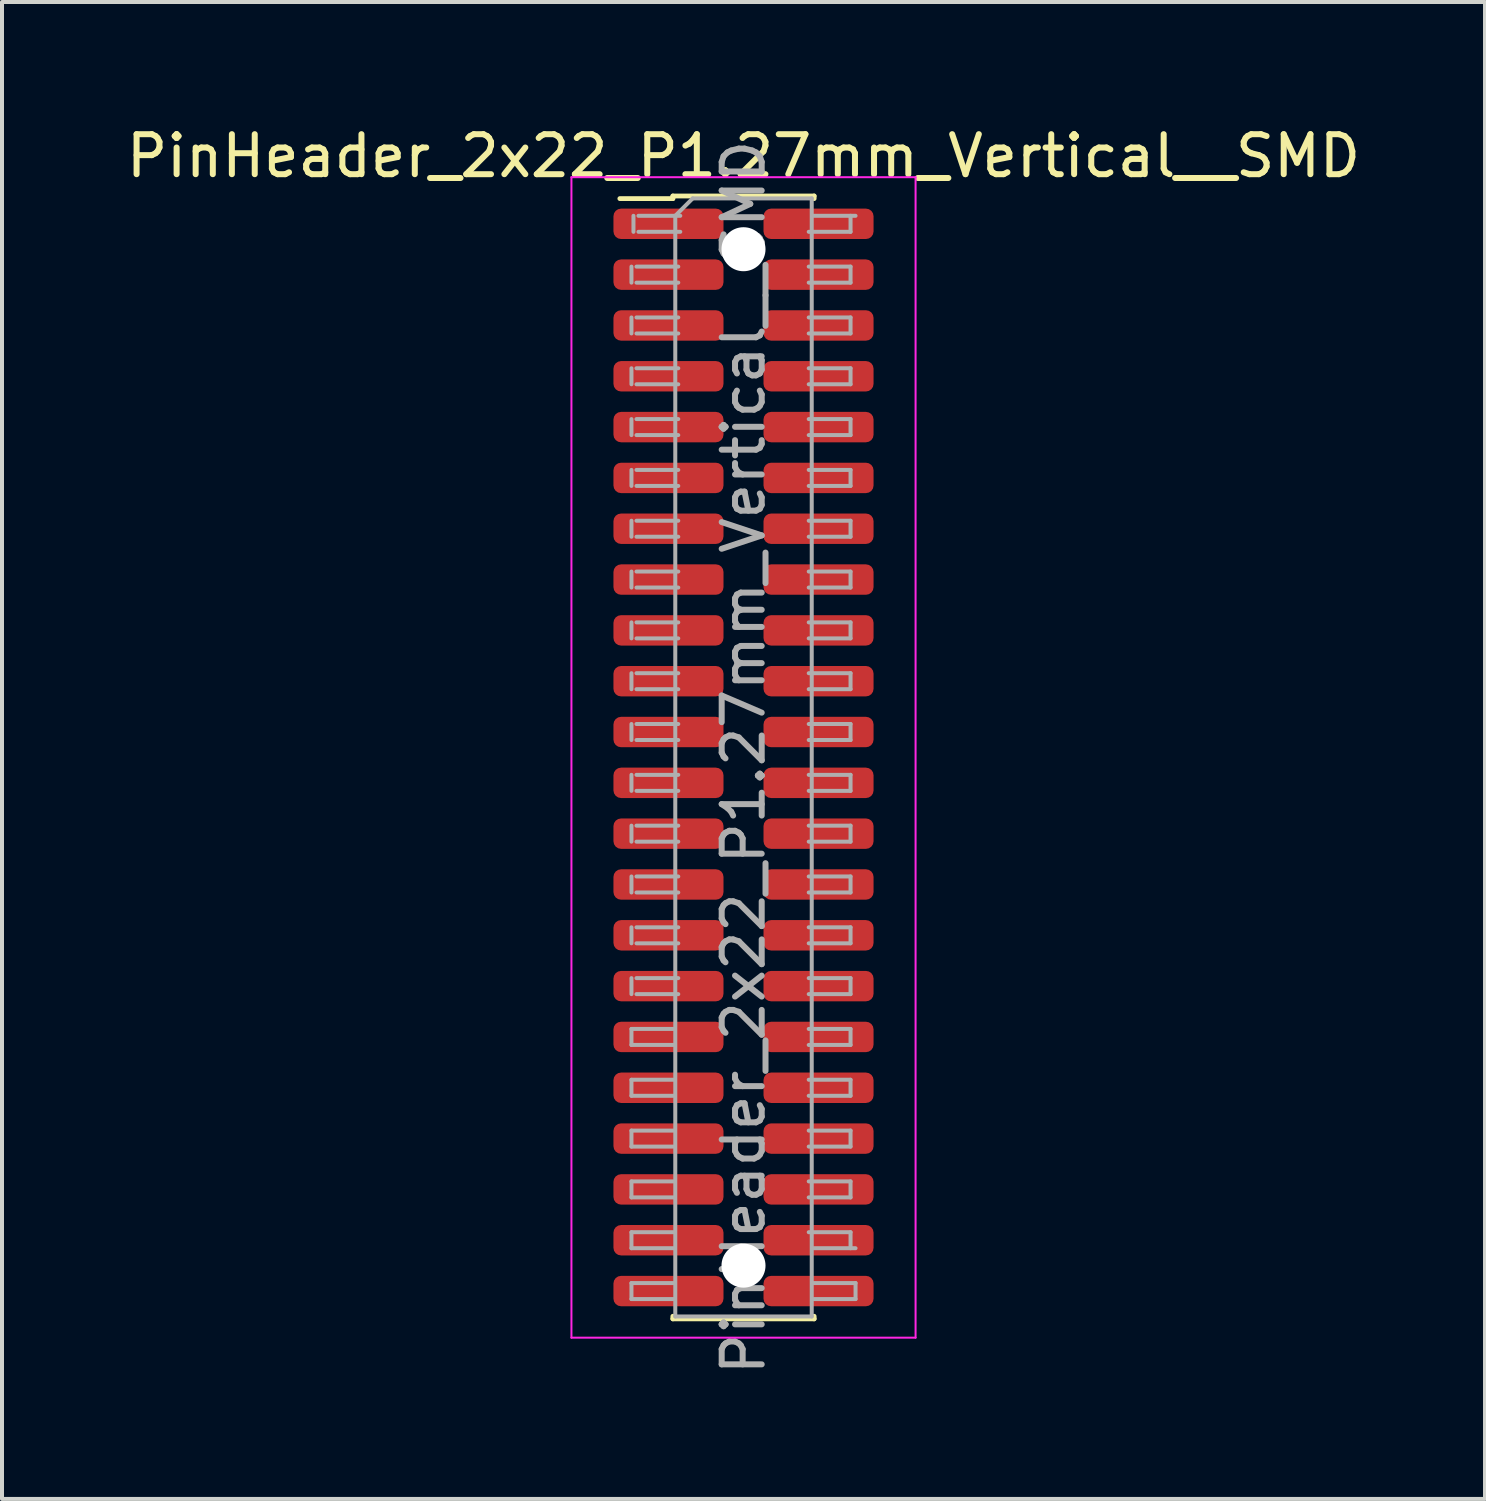
<source format=kicad_pcb>
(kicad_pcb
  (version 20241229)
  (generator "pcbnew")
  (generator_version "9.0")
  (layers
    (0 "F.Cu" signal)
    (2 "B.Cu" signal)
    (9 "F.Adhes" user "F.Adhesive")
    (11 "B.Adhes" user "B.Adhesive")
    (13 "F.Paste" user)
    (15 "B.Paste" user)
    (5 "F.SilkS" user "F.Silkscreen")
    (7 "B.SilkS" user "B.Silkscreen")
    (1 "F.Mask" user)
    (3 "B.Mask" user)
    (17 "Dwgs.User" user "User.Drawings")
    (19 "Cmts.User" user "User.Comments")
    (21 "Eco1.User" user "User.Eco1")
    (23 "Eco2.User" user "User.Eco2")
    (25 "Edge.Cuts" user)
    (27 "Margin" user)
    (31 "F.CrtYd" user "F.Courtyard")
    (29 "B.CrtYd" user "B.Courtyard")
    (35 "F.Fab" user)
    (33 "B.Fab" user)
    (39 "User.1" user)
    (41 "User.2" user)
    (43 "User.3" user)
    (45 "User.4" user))
  (footprint "PinHeader_2x22_P1.27mm_Vertical__SMD"
    (layer "F.Cu")
    (at 15.53 15.878)
    (property "Reference" "PinHeader_2x22_P1.27mm_Vertical__SMD" (at 0 -15.03 0) (layer "F.SilkS") (effects (font (size 1 1) (thickness 0.15))))
    (attr smd)
    (fp_line (start -3.09 -13.965) (end -1.765 -13.965) (stroke (width 0.12) (type solid)) (layer "F.SilkS"))
    (fp_line (start -1.765 -14.03) (end -1.765 -13.965) (stroke (width 0.12) (type solid)) (layer "F.SilkS"))
    (fp_line (start -1.765 -14.03) (end 1.765 -14.03) (stroke (width 0.12) (type solid)) (layer "F.SilkS"))
    (fp_line (start -1.765 13.965) (end -1.765 14.03) (stroke (width 0.12) (type solid)) (layer "F.SilkS"))
    (fp_line (start -1.765 14.03) (end 1.765 14.03) (stroke (width 0.12) (type solid)) (layer "F.SilkS"))
    (fp_line (start 1.765 -14.03) (end 1.765 -13.965) (stroke (width 0.12) (type solid)) (layer "F.SilkS"))
    (fp_line (start 1.765 13.965) (end 1.765 14.03) (stroke (width 0.12) (type solid)) (layer "F.SilkS"))
    (fp_line (start -4.3 -14.5) (end -4.3 14.5) (stroke (width 0.05) (type solid)) (layer "F.CrtYd"))
    (fp_line (start -4.3 14.5) (end 4.3 14.5) (stroke (width 0.05) (type solid)) (layer "F.CrtYd"))
    (fp_line (start 4.3 -14.5) (end -4.3 -14.5) (stroke (width 0.05) (type solid)) (layer "F.CrtYd"))
    (fp_line (start 4.3 14.5) (end 4.3 -14.5) (stroke (width 0.05) (type solid)) (layer "F.CrtYd"))
    (fp_line (start -2.8 -12.265) (end -2.8 -11.865) (stroke (width 0.1) (type solid)) (layer "F.Fab"))
    (fp_line (start -2.8 -10.995) (end -2.8 -10.595) (stroke (width 0.1) (type solid)) (layer "F.Fab"))
    (fp_line (start -2.8 -9.725) (end -2.8 -9.325) (stroke (width 0.1) (type solid)) (layer "F.Fab"))
    (fp_line (start -2.8 -8.455) (end -2.8 -8.055) (stroke (width 0.1) (type solid)) (layer "F.Fab"))
    (fp_line (start -2.8 -7.185) (end -2.8 -6.785) (stroke (width 0.1) (type solid)) (layer "F.Fab"))
    (fp_line (start -2.8 -5.915) (end -2.8 -5.515) (stroke (width 0.1) (type solid)) (layer "F.Fab"))
    (fp_line (start -2.8 -4.645) (end -2.8 -4.245) (stroke (width 0.1) (type solid)) (layer "F.Fab"))
    (fp_line (start -2.8 -3.375) (end -2.8 -2.975) (stroke (width 0.1) (type solid)) (layer "F.Fab"))
    (fp_line (start -2.8 -2.105) (end -2.8 -1.705) (stroke (width 0.1) (type solid)) (layer "F.Fab"))
    (fp_line (start -2.8 -0.835) (end -2.8 -0.435) (stroke (width 0.1) (type solid)) (layer "F.Fab"))
    (fp_line (start -2.8 0.435) (end -2.8 0.835) (stroke (width 0.1) (type solid)) (layer "F.Fab"))
    (fp_line (start -2.8 1.705) (end -2.8 2.105) (stroke (width 0.1) (type solid)) (layer "F.Fab"))
    (fp_line (start -2.8 2.975) (end -2.8 3.375) (stroke (width 0.1) (type solid)) (layer "F.Fab"))
    (fp_line (start -2.8 4.245) (end -2.8 4.645) (stroke (width 0.1) (type solid)) (layer "F.Fab"))
    (fp_line (start -2.8 5.515) (end -2.8 5.915) (stroke (width 0.1) (type solid)) (layer "F.Fab"))
    (fp_line (start -2.8 6.785) (end -2.8 7.185) (stroke (width 0.1) (type solid)) (layer "F.Fab"))
    (fp_line (start -2.8 7.185) (end -1.755 7.185) (stroke (width 0.1) (type solid)) (layer "F.Fab"))
    (fp_line (start -2.8 8.055) (end -2.8 8.455) (stroke (width 0.1) (type solid)) (layer "F.Fab"))
    (fp_line (start -2.8 8.455) (end -1.755 8.455) (stroke (width 0.1) (type solid)) (layer "F.Fab"))
    (fp_line (start -2.8 9.325) (end -2.8 9.725) (stroke (width 0.1) (type solid)) (layer "F.Fab"))
    (fp_line (start -2.8 9.725) (end -1.755 9.725) (stroke (width 0.1) (type solid)) (layer "F.Fab"))
    (fp_line (start -2.8 10.595) (end -2.8 10.995) (stroke (width 0.1) (type solid)) (layer "F.Fab"))
    (fp_line (start -2.8 10.995) (end -1.755 10.995) (stroke (width 0.1) (type solid)) (layer "F.Fab"))
    (fp_line (start -2.8 11.865) (end -2.8 12.265) (stroke (width 0.1) (type solid)) (layer "F.Fab"))
    (fp_line (start -2.8 12.265) (end -1.755 12.265) (stroke (width 0.1) (type solid)) (layer "F.Fab"))
    (fp_line (start -2.8 13.135) (end -2.8 13.535) (stroke (width 0.1) (type solid)) (layer "F.Fab"))
    (fp_line (start -2.8 13.535) (end -1.755 13.535) (stroke (width 0.1) (type solid)) (layer "F.Fab"))
    (fp_line (start -2.75 -13.535) (end -2.75 -13.135) (stroke (width 0.1) (type solid)) (layer "F.Fab"))
    (fp_line (start -2.675 -11.865) (end -1.63 -11.865) (stroke (width 0.1) (type solid)) (layer "F.Fab"))
    (fp_line (start -2.675 -10.595) (end -1.63 -10.595) (stroke (width 0.1) (type solid)) (layer "F.Fab"))
    (fp_line (start -2.675 -9.325) (end -1.63 -9.325) (stroke (width 0.1) (type solid)) (layer "F.Fab"))
    (fp_line (start -2.675 -8.055) (end -1.63 -8.055) (stroke (width 0.1) (type solid)) (layer "F.Fab"))
    (fp_line (start -2.675 -6.785) (end -1.63 -6.785) (stroke (width 0.1) (type solid)) (layer "F.Fab"))
    (fp_line (start -2.675 -5.515) (end -1.63 -5.515) (stroke (width 0.1) (type solid)) (layer "F.Fab"))
    (fp_line (start -2.675 -4.245) (end -1.63 -4.245) (stroke (width 0.1) (type solid)) (layer "F.Fab"))
    (fp_line (start -2.675 -2.975) (end -1.63 -2.975) (stroke (width 0.1) (type solid)) (layer "F.Fab"))
    (fp_line (start -2.675 -1.705) (end -1.63 -1.705) (stroke (width 0.1) (type solid)) (layer "F.Fab"))
    (fp_line (start -2.675 -0.435) (end -1.63 -0.435) (stroke (width 0.1) (type solid)) (layer "F.Fab"))
    (fp_line (start -2.675 0.835) (end -1.63 0.835) (stroke (width 0.1) (type solid)) (layer "F.Fab"))
    (fp_line (start -2.675 2.105) (end -1.63 2.105) (stroke (width 0.1) (type solid)) (layer "F.Fab"))
    (fp_line (start -2.675 3.375) (end -1.63 3.375) (stroke (width 0.1) (type solid)) (layer "F.Fab"))
    (fp_line (start -2.675 4.645) (end -1.63 4.645) (stroke (width 0.1) (type solid)) (layer "F.Fab"))
    (fp_line (start -2.675 5.915) (end -1.63 5.915) (stroke (width 0.1) (type solid)) (layer "F.Fab"))
    (fp_line (start -2.625 -13.135) (end -1.58 -13.135) (stroke (width 0.1) (type solid)) (layer "F.Fab"))
    (fp_line (start -1.755 6.785) (end -2.8 6.785) (stroke (width 0.1) (type solid)) (layer "F.Fab"))
    (fp_line (start -1.755 8.055) (end -2.8 8.055) (stroke (width 0.1) (type solid)) (layer "F.Fab"))
    (fp_line (start -1.755 9.325) (end -2.8 9.325) (stroke (width 0.1) (type solid)) (layer "F.Fab"))
    (fp_line (start -1.755 10.595) (end -2.8 10.595) (stroke (width 0.1) (type solid)) (layer "F.Fab"))
    (fp_line (start -1.755 11.865) (end -2.8 11.865) (stroke (width 0.1) (type solid)) (layer "F.Fab"))
    (fp_line (start -1.755 13.135) (end -2.8 13.135) (stroke (width 0.1) (type solid)) (layer "F.Fab"))
    (fp_line (start -1.705 -13.535) (end -1.27 -13.97) (stroke (width 0.1) (type solid)) (layer "F.Fab"))
    (fp_line (start -1.705 13.97) (end -1.705 -13.535) (stroke (width 0.1) (type solid)) (layer "F.Fab"))
    (fp_line (start -1.63 -12.265) (end -2.675 -12.265) (stroke (width 0.1) (type solid)) (layer "F.Fab"))
    (fp_line (start -1.63 -10.995) (end -2.675 -10.995) (stroke (width 0.1) (type solid)) (layer "F.Fab"))
    (fp_line (start -1.63 -9.725) (end -2.675 -9.725) (stroke (width 0.1) (type solid)) (layer "F.Fab"))
    (fp_line (start -1.63 -8.455) (end -2.675 -8.455) (stroke (width 0.1) (type solid)) (layer "F.Fab"))
    (fp_line (start -1.63 -7.185) (end -2.675 -7.185) (stroke (width 0.1) (type solid)) (layer "F.Fab"))
    (fp_line (start -1.63 -5.915) (end -2.675 -5.915) (stroke (width 0.1) (type solid)) (layer "F.Fab"))
    (fp_line (start -1.63 -4.645) (end -2.675 -4.645) (stroke (width 0.1) (type solid)) (layer "F.Fab"))
    (fp_line (start -1.63 -3.375) (end -2.675 -3.375) (stroke (width 0.1) (type solid)) (layer "F.Fab"))
    (fp_line (start -1.63 -2.105) (end -2.675 -2.105) (stroke (width 0.1) (type solid)) (layer "F.Fab"))
    (fp_line (start -1.63 -0.835) (end -2.675 -0.835) (stroke (width 0.1) (type solid)) (layer "F.Fab"))
    (fp_line (start -1.63 0.435) (end -2.675 0.435) (stroke (width 0.1) (type solid)) (layer "F.Fab"))
    (fp_line (start -1.63 1.705) (end -2.675 1.705) (stroke (width 0.1) (type solid)) (layer "F.Fab"))
    (fp_line (start -1.63 2.975) (end -2.675 2.975) (stroke (width 0.1) (type solid)) (layer "F.Fab"))
    (fp_line (start -1.63 4.245) (end -2.675 4.245) (stroke (width 0.1) (type solid)) (layer "F.Fab"))
    (fp_line (start -1.63 5.515) (end -2.675 5.515) (stroke (width 0.1) (type solid)) (layer "F.Fab"))
    (fp_line (start -1.58 -13.535) (end -2.625 -13.535) (stroke (width 0.1) (type solid)) (layer "F.Fab"))
    (fp_line (start -1.27 -13.97) (end 1.705 -13.97) (stroke (width 0.1) (type solid)) (layer "F.Fab"))
    (fp_line (start 1.63 -12.265) (end 2.675 -12.265) (stroke (width 0.1) (type solid)) (layer "F.Fab"))
    (fp_line (start 1.63 -10.995) (end 2.675 -10.995) (stroke (width 0.1) (type solid)) (layer "F.Fab"))
    (fp_line (start 1.63 -9.725) (end 2.675 -9.725) (stroke (width 0.1) (type solid)) (layer "F.Fab"))
    (fp_line (start 1.63 -8.455) (end 2.675 -8.455) (stroke (width 0.1) (type solid)) (layer "F.Fab"))
    (fp_line (start 1.63 -7.185) (end 2.675 -7.185) (stroke (width 0.1) (type solid)) (layer "F.Fab"))
    (fp_line (start 1.63 -5.915) (end 2.675 -5.915) (stroke (width 0.1) (type solid)) (layer "F.Fab"))
    (fp_line (start 1.63 -4.645) (end 2.675 -4.645) (stroke (width 0.1) (type solid)) (layer "F.Fab"))
    (fp_line (start 1.63 -3.375) (end 2.675 -3.375) (stroke (width 0.1) (type solid)) (layer "F.Fab"))
    (fp_line (start 1.63 -2.105) (end 2.675 -2.105) (stroke (width 0.1) (type solid)) (layer "F.Fab"))
    (fp_line (start 1.63 -0.835) (end 2.675 -0.835) (stroke (width 0.1) (type solid)) (layer "F.Fab"))
    (fp_line (start 1.63 0.435) (end 2.675 0.435) (stroke (width 0.1) (type solid)) (layer "F.Fab"))
    (fp_line (start 1.63 1.705) (end 2.675 1.705) (stroke (width 0.1) (type solid)) (layer "F.Fab"))
    (fp_line (start 1.63 2.975) (end 2.675 2.975) (stroke (width 0.1) (type solid)) (layer "F.Fab"))
    (fp_line (start 1.63 4.245) (end 2.675 4.245) (stroke (width 0.1) (type solid)) (layer "F.Fab"))
    (fp_line (start 1.63 5.515) (end 2.675 5.515) (stroke (width 0.1) (type solid)) (layer "F.Fab"))
    (fp_line (start 1.63 6.785) (end 2.675 6.785) (stroke (width 0.1) (type solid)) (layer "F.Fab"))
    (fp_line (start 1.63 8.055) (end 2.675 8.055) (stroke (width 0.1) (type solid)) (layer "F.Fab"))
    (fp_line (start 1.63 9.325) (end 2.675 9.325) (stroke (width 0.1) (type solid)) (layer "F.Fab"))
    (fp_line (start 1.63 10.595) (end 2.675 10.595) (stroke (width 0.1) (type solid)) (layer "F.Fab"))
    (fp_line (start 1.63 11.865) (end 2.675 11.865) (stroke (width 0.1) (type solid)) (layer "F.Fab"))
    (fp_line (start 1.705 -13.97) (end 1.705 13.97) (stroke (width 0.1) (type solid)) (layer "F.Fab"))
    (fp_line (start 1.705 13.97) (end -1.705 13.97) (stroke (width 0.1) (type solid)) (layer "F.Fab"))
    (fp_line (start 1.755 -13.535) (end 2.8 -13.535) (stroke (width 0.1) (type solid)) (layer "F.Fab"))
    (fp_line (start 1.755 13.135) (end 2.8 13.135) (stroke (width 0.1) (type solid)) (layer "F.Fab"))
    (fp_line (start 2.675 -13.535) (end 2.675 -13.135) (stroke (width 0.1) (type solid)) (layer "F.Fab"))
    (fp_line (start 2.675 -13.135) (end 1.63 -13.135) (stroke (width 0.1) (type solid)) (layer "F.Fab"))
    (fp_line (start 2.675 -12.265) (end 2.675 -11.865) (stroke (width 0.1) (type solid)) (layer "F.Fab"))
    (fp_line (start 2.675 -11.865) (end 1.63 -11.865) (stroke (width 0.1) (type solid)) (layer "F.Fab"))
    (fp_line (start 2.675 -10.995) (end 2.675 -10.595) (stroke (width 0.1) (type solid)) (layer "F.Fab"))
    (fp_line (start 2.675 -10.595) (end 1.63 -10.595) (stroke (width 0.1) (type solid)) (layer "F.Fab"))
    (fp_line (start 2.675 -9.725) (end 2.675 -9.325) (stroke (width 0.1) (type solid)) (layer "F.Fab"))
    (fp_line (start 2.675 -9.325) (end 1.63 -9.325) (stroke (width 0.1) (type solid)) (layer "F.Fab"))
    (fp_line (start 2.675 -8.455) (end 2.675 -8.055) (stroke (width 0.1) (type solid)) (layer "F.Fab"))
    (fp_line (start 2.675 -8.055) (end 1.63 -8.055) (stroke (width 0.1) (type solid)) (layer "F.Fab"))
    (fp_line (start 2.675 -7.185) (end 2.675 -6.785) (stroke (width 0.1) (type solid)) (layer "F.Fab"))
    (fp_line (start 2.675 -6.785) (end 1.63 -6.785) (stroke (width 0.1) (type solid)) (layer "F.Fab"))
    (fp_line (start 2.675 -5.915) (end 2.675 -5.515) (stroke (width 0.1) (type solid)) (layer "F.Fab"))
    (fp_line (start 2.675 -5.515) (end 1.63 -5.515) (stroke (width 0.1) (type solid)) (layer "F.Fab"))
    (fp_line (start 2.675 -4.645) (end 2.675 -4.245) (stroke (width 0.1) (type solid)) (layer "F.Fab"))
    (fp_line (start 2.675 -4.245) (end 1.63 -4.245) (stroke (width 0.1) (type solid)) (layer "F.Fab"))
    (fp_line (start 2.675 -3.375) (end 2.675 -2.975) (stroke (width 0.1) (type solid)) (layer "F.Fab"))
    (fp_line (start 2.675 -2.975) (end 1.63 -2.975) (stroke (width 0.1) (type solid)) (layer "F.Fab"))
    (fp_line (start 2.675 -2.105) (end 2.675 -1.705) (stroke (width 0.1) (type solid)) (layer "F.Fab"))
    (fp_line (start 2.675 -1.705) (end 1.63 -1.705) (stroke (width 0.1) (type solid)) (layer "F.Fab"))
    (fp_line (start 2.675 -0.835) (end 2.675 -0.435) (stroke (width 0.1) (type solid)) (layer "F.Fab"))
    (fp_line (start 2.675 -0.435) (end 1.63 -0.435) (stroke (width 0.1) (type solid)) (layer "F.Fab"))
    (fp_line (start 2.675 0.435) (end 2.675 0.835) (stroke (width 0.1) (type solid)) (layer "F.Fab"))
    (fp_line (start 2.675 0.835) (end 1.63 0.835) (stroke (width 0.1) (type solid)) (layer "F.Fab"))
    (fp_line (start 2.675 1.705) (end 2.675 2.105) (stroke (width 0.1) (type solid)) (layer "F.Fab"))
    (fp_line (start 2.675 2.105) (end 1.63 2.105) (stroke (width 0.1) (type solid)) (layer "F.Fab"))
    (fp_line (start 2.675 2.975) (end 2.675 3.375) (stroke (width 0.1) (type solid)) (layer "F.Fab"))
    (fp_line (start 2.675 3.375) (end 1.63 3.375) (stroke (width 0.1) (type solid)) (layer "F.Fab"))
    (fp_line (start 2.675 4.245) (end 2.675 4.645) (stroke (width 0.1) (type solid)) (layer "F.Fab"))
    (fp_line (start 2.675 4.645) (end 1.63 4.645) (stroke (width 0.1) (type solid)) (layer "F.Fab"))
    (fp_line (start 2.675 5.515) (end 2.675 5.915) (stroke (width 0.1) (type solid)) (layer "F.Fab"))
    (fp_line (start 2.675 5.915) (end 1.63 5.915) (stroke (width 0.1) (type solid)) (layer "F.Fab"))
    (fp_line (start 2.675 6.785) (end 2.675 7.185) (stroke (width 0.1) (type solid)) (layer "F.Fab"))
    (fp_line (start 2.675 7.185) (end 1.63 7.185) (stroke (width 0.1) (type solid)) (layer "F.Fab"))
    (fp_line (start 2.675 8.055) (end 2.675 8.455) (stroke (width 0.1) (type solid)) (layer "F.Fab"))
    (fp_line (start 2.675 8.455) (end 1.63 8.455) (stroke (width 0.1) (type solid)) (layer "F.Fab"))
    (fp_line (start 2.675 9.325) (end 2.675 9.725) (stroke (width 0.1) (type solid)) (layer "F.Fab"))
    (fp_line (start 2.675 9.725) (end 1.63 9.725) (stroke (width 0.1) (type solid)) (layer "F.Fab"))
    (fp_line (start 2.675 10.595) (end 2.675 10.995) (stroke (width 0.1) (type solid)) (layer "F.Fab"))
    (fp_line (start 2.675 10.995) (end 1.63 10.995) (stroke (width 0.1) (type solid)) (layer "F.Fab"))
    (fp_line (start 2.675 11.865) (end 2.675 12.265) (stroke (width 0.1) (type solid)) (layer "F.Fab"))
    (fp_line (start 2.8 12.265) (end 1.755 12.265) (stroke (width 0.1) (type solid)) (layer "F.Fab"))
    (fp_line (start 2.8 13.135) (end 2.8 13.535) (stroke (width 0.1) (type solid)) (layer "F.Fab"))
    (fp_line (start 2.8 13.535) (end 1.755 13.535) (stroke (width 0.1) (type solid)) (layer "F.Fab"))
    (fp_text user "${REFERENCE}" (at 0 0 90) (layer "F.Fab") (effects (font (size 1 1) (thickness 0.15))))
    (pad "" np_thru_hole circle (at 0 -12.7) (size 1.1 1.1) (drill 1.1) (layers "*.Cu"))
    (pad "" np_thru_hole circle (at 0 12.7) (size 1.1 1.1) (drill 1.1) (layers "*.Cu"))
    (pad "1" smd roundrect (at -1.875 -13.335) (size 2.75 0.76) (layers "F.Cu" "F.Mask" "F.Paste") (roundrect_rratio 0.25))
    (pad "2" smd roundrect (at 1.875 -13.335) (size 2.75 0.76) (layers "F.Cu" "F.Mask" "F.Paste") (roundrect_rratio 0.25))
    (pad "3" smd roundrect (at -1.875 -12.065) (size 2.75 0.76) (layers "F.Cu" "F.Mask" "F.Paste") (roundrect_rratio 0.25))
    (pad "4" smd roundrect (at 1.875 -12.065) (size 2.75 0.76) (layers "F.Cu" "F.Mask" "F.Paste") (roundrect_rratio 0.25))
    (pad "5" smd roundrect (at -1.875 -10.795) (size 2.75 0.76) (layers "F.Cu" "F.Mask" "F.Paste") (roundrect_rratio 0.25))
    (pad "6" smd roundrect (at 1.875 -10.795) (size 2.75 0.76) (layers "F.Cu" "F.Mask" "F.Paste") (roundrect_rratio 0.25))
    (pad "7" smd roundrect (at -1.875 -9.525) (size 2.75 0.76) (layers "F.Cu" "F.Mask" "F.Paste") (roundrect_rratio 0.25))
    (pad "8" smd roundrect (at 1.875 -9.525) (size 2.75 0.76) (layers "F.Cu" "F.Mask" "F.Paste") (roundrect_rratio 0.25))
    (pad "9" smd roundrect (at -1.875 -8.255) (size 2.75 0.76) (layers "F.Cu" "F.Mask" "F.Paste") (roundrect_rratio 0.25))
    (pad "10" smd roundrect (at 1.875 -8.255) (size 2.75 0.76) (layers "F.Cu" "F.Mask" "F.Paste") (roundrect_rratio 0.25))
    (pad "11" smd roundrect (at -1.875 -6.985) (size 2.75 0.76) (layers "F.Cu" "F.Mask" "F.Paste") (roundrect_rratio 0.25))
    (pad "12" smd roundrect (at 1.875 -6.985) (size 2.75 0.76) (layers "F.Cu" "F.Mask" "F.Paste") (roundrect_rratio 0.25))
    (pad "13" smd roundrect (at -1.875 -5.715) (size 2.75 0.76) (layers "F.Cu" "F.Mask" "F.Paste") (roundrect_rratio 0.25))
    (pad "14" smd roundrect (at 1.875 -5.715) (size 2.75 0.76) (layers "F.Cu" "F.Mask" "F.Paste") (roundrect_rratio 0.25))
    (pad "15" smd roundrect (at -1.875 -4.445) (size 2.75 0.76) (layers "F.Cu" "F.Mask" "F.Paste") (roundrect_rratio 0.25))
    (pad "16" smd roundrect (at 1.875 -4.445) (size 2.75 0.76) (layers "F.Cu" "F.Mask" "F.Paste") (roundrect_rratio 0.25))
    (pad "17" smd roundrect (at -1.875 -3.175) (size 2.75 0.76) (layers "F.Cu" "F.Mask" "F.Paste") (roundrect_rratio 0.25))
    (pad "18" smd roundrect (at 1.875 -3.175) (size 2.75 0.76) (layers "F.Cu" "F.Mask" "F.Paste") (roundrect_rratio 0.25))
    (pad "19" smd roundrect (at -1.875 -1.905) (size 2.75 0.76) (layers "F.Cu" "F.Mask" "F.Paste") (roundrect_rratio 0.25))
    (pad "20" smd roundrect (at 1.875 -1.905) (size 2.75 0.76) (layers "F.Cu" "F.Mask" "F.Paste") (roundrect_rratio 0.25))
    (pad "21" smd roundrect (at -1.875 -0.635) (size 2.75 0.76) (layers "F.Cu" "F.Mask" "F.Paste") (roundrect_rratio 0.25))
    (pad "22" smd roundrect (at 1.875 -0.635) (size 2.75 0.76) (layers "F.Cu" "F.Mask" "F.Paste") (roundrect_rratio 0.25))
    (pad "23" smd roundrect (at -1.875 0.635) (size 2.75 0.76) (layers "F.Cu" "F.Mask" "F.Paste") (roundrect_rratio 0.25))
    (pad "24" smd roundrect (at 1.875 0.635) (size 2.75 0.76) (layers "F.Cu" "F.Mask" "F.Paste") (roundrect_rratio 0.25))
    (pad "25" smd roundrect (at -1.875 1.905) (size 2.75 0.76) (layers "F.Cu" "F.Mask" "F.Paste") (roundrect_rratio 0.25))
    (pad "26" smd roundrect (at 1.875 1.905) (size 2.75 0.76) (layers "F.Cu" "F.Mask" "F.Paste") (roundrect_rratio 0.25))
    (pad "27" smd roundrect (at -1.875 3.175) (size 2.75 0.76) (layers "F.Cu" "F.Mask" "F.Paste") (roundrect_rratio 0.25))
    (pad "28" smd roundrect (at 1.875 3.175) (size 2.75 0.76) (layers "F.Cu" "F.Mask" "F.Paste") (roundrect_rratio 0.25))
    (pad "29" smd roundrect (at -1.875 4.445) (size 2.75 0.76) (layers "F.Cu" "F.Mask" "F.Paste") (roundrect_rratio 0.25))
    (pad "30" smd roundrect (at 1.875 4.445) (size 2.75 0.76) (layers "F.Cu" "F.Mask" "F.Paste") (roundrect_rratio 0.25))
    (pad "31" smd roundrect (at -1.875 5.715) (size 2.75 0.76) (layers "F.Cu" "F.Mask" "F.Paste") (roundrect_rratio 0.25))
    (pad "32" smd roundrect (at 1.875 5.715) (size 2.75 0.76) (layers "F.Cu" "F.Mask" "F.Paste") (roundrect_rratio 0.25))
    (pad "33" smd roundrect (at -1.875 6.985) (size 2.75 0.76) (layers "F.Cu" "F.Mask" "F.Paste") (roundrect_rratio 0.25))
    (pad "34" smd roundrect (at 1.875 6.985) (size 2.75 0.76) (layers "F.Cu" "F.Mask" "F.Paste") (roundrect_rratio 0.25))
    (pad "35" smd roundrect (at -1.875 8.255) (size 2.75 0.76) (layers "F.Cu" "F.Mask" "F.Paste") (roundrect_rratio 0.25))
    (pad "36" smd roundrect (at 1.875 8.255) (size 2.75 0.76) (layers "F.Cu" "F.Mask" "F.Paste") (roundrect_rratio 0.25))
    (pad "37" smd roundrect (at -1.875 9.525) (size 2.75 0.76) (layers "F.Cu" "F.Mask" "F.Paste") (roundrect_rratio 0.25))
    (pad "38" smd roundrect (at 1.875 9.525) (size 2.75 0.76) (layers "F.Cu" "F.Mask" "F.Paste") (roundrect_rratio 0.25))
    (pad "39" smd roundrect (at -1.875 10.795) (size 2.75 0.76) (layers "F.Cu" "F.Mask" "F.Paste") (roundrect_rratio 0.25))
    (pad "40" smd roundrect (at 1.875 10.795) (size 2.75 0.76) (layers "F.Cu" "F.Mask" "F.Paste") (roundrect_rratio 0.25))
    (pad "41" smd roundrect (at -1.875 12.065) (size 2.75 0.76) (layers "F.Cu" "F.Mask" "F.Paste") (roundrect_rratio 0.25))
    (pad "42" smd roundrect (at 1.875 12.065) (size 2.75 0.76) (layers "F.Cu" "F.Mask" "F.Paste") (roundrect_rratio 0.25))
    (pad "43" smd roundrect (at -1.875 13.335) (size 2.75 0.76) (layers "F.Cu" "F.Mask" "F.Paste") (roundrect_rratio 0.25))
    (pad "44" smd roundrect (at 1.875 13.335) (size 2.75 0.76) (layers "F.Cu" "F.Mask" "F.Paste") (roundrect_rratio 0.25)))
  (gr_rect
    (start -3 -3)
    (end 34.06 34.408)
    (stroke (width 0.1) (type default))
    (fill no)
    (layer "Edge.Cuts")))
</source>
